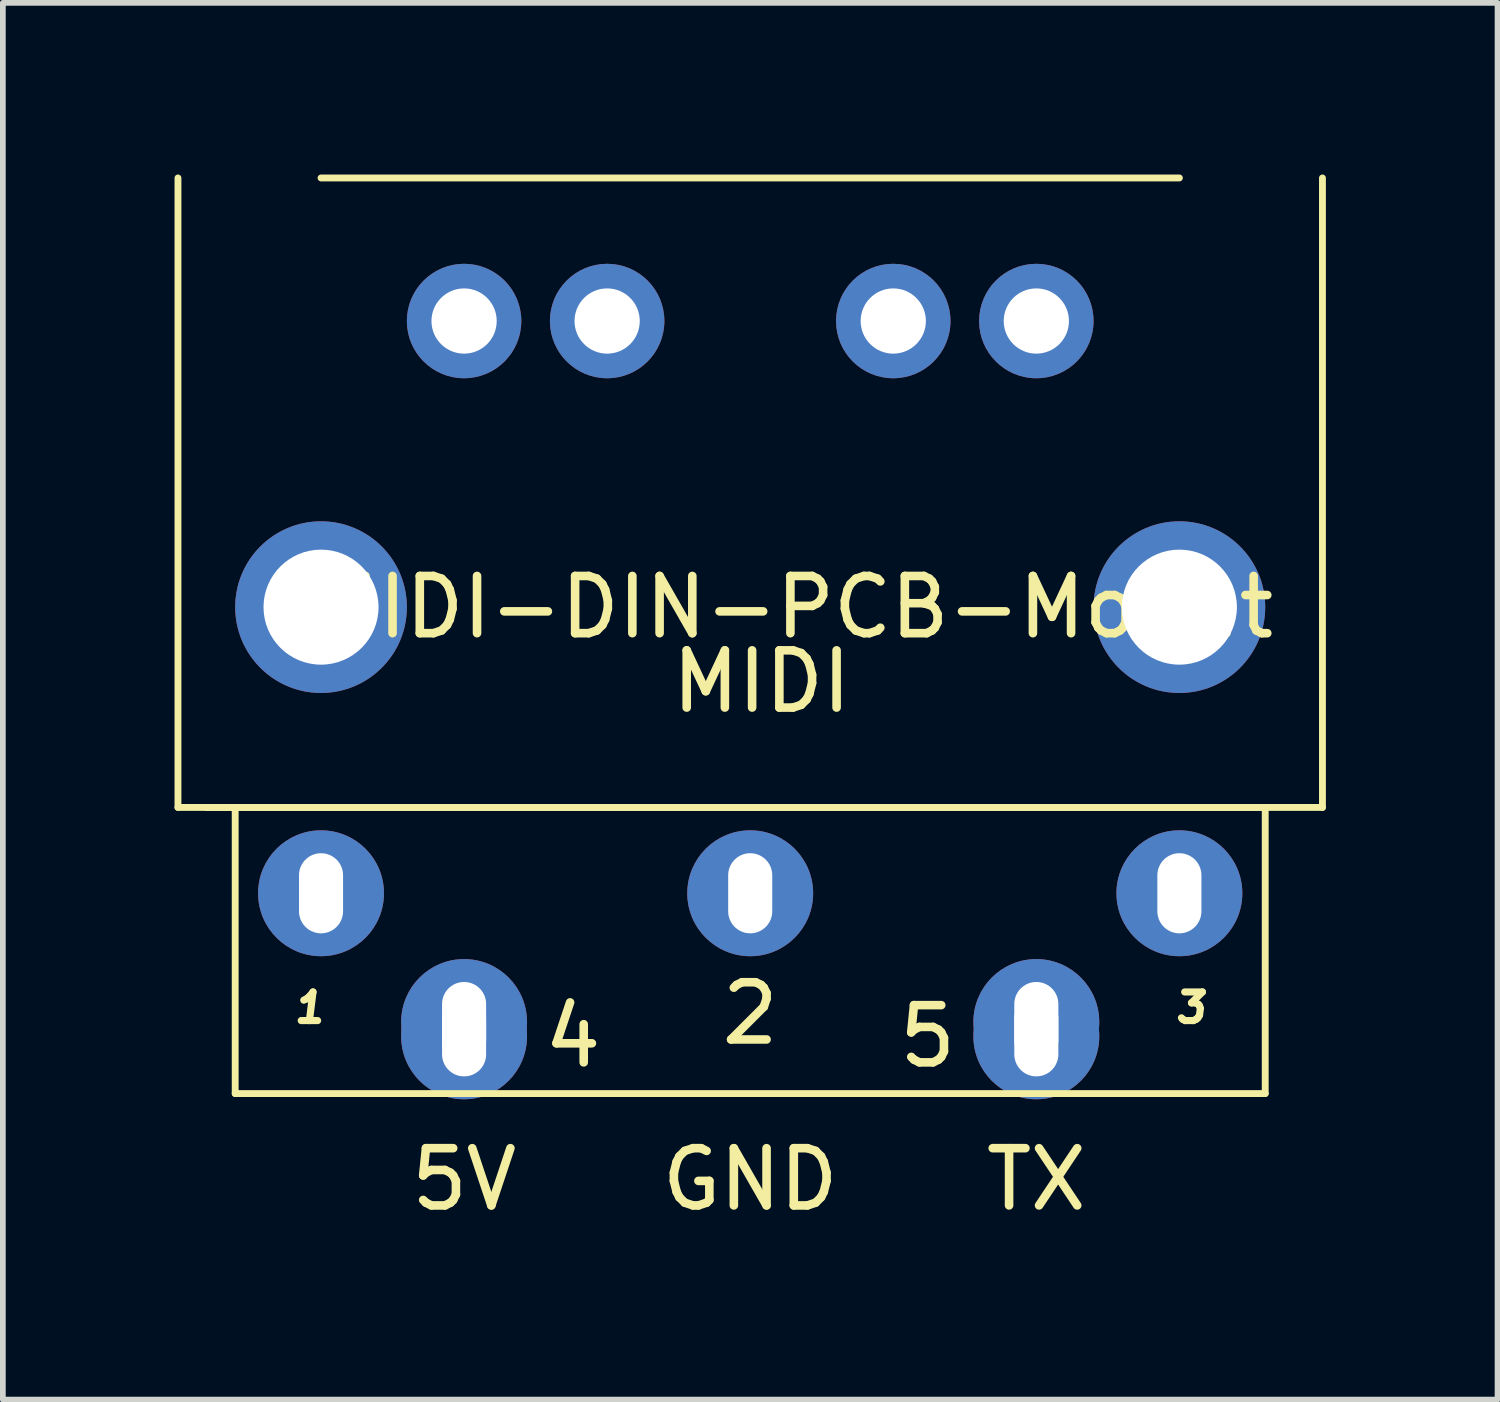
<source format=kicad_pcb>
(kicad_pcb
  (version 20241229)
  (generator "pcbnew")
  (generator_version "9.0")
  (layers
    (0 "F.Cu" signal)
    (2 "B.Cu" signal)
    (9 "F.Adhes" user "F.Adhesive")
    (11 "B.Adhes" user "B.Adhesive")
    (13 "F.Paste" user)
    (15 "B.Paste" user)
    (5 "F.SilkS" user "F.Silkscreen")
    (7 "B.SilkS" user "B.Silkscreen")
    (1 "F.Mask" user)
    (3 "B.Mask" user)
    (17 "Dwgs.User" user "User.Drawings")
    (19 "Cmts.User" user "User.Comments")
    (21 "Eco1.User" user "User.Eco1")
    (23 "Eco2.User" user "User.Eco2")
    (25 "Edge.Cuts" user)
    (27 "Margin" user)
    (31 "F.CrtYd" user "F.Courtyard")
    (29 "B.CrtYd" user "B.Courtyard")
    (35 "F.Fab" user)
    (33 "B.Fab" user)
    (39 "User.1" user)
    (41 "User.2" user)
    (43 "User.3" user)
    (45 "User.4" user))
  (footprint "MIDI-DIN-PCB-Mount"
    (layer "F.Cu")
    (at 10.06 7.56)
    (property "Reference" "MIDI-DIN-PCB-Mount" (at 0.75 0 180) (layer "F.SilkS") (effects (font (size 1 1) (thickness 0.15))))
    (attr through_hole)
    (fp_line (start -10 -7.5) (end -10 3.5) (stroke (width 0.12) (type solid)) (layer "F.SilkS"))
    (fp_line (start -10 3.5) (end 10 3.5) (stroke (width 0.12) (type solid)) (layer "F.SilkS"))
    (fp_line (start -9.5 3.5) (end -9 3.5) (stroke (width 0.12) (type solid)) (layer "F.SilkS"))
    (fp_line (start -9 3.5) (end -9 8.5) (stroke (width 0.12) (type solid)) (layer "F.SilkS"))
    (fp_line (start -9 8.5) (end 9 8.5) (stroke (width 0.12) (type solid)) (layer "F.SilkS"))
    (fp_line (start 7.5 -7.5) (end -7.5 -7.5) (stroke (width 0.12) (type solid)) (layer "F.SilkS"))
    (fp_line (start 9 3.5) (end -9.5 3.5) (stroke (width 0.12) (type solid)) (layer "F.SilkS"))
    (fp_line (start 9 8.5) (end 9 3.5) (stroke (width 0.12) (type solid)) (layer "F.SilkS"))
    (fp_line (start 10 3.5) (end 10 -7.5) (stroke (width 0.12) (type solid)) (layer "F.SilkS"))
    (fp_text user "3" (at 7.7 7 0) (layer "F.SilkS") (effects (font (size 0.5 0.5) (thickness 0.125) (italic yes))))
    (fp_text user "2" (at 0 7.1 0) (layer "F.SilkS") (effects (font (size 1 1) (thickness 0.15))))
    (fp_text user "5" (at 3.1 7.5 0) (layer "F.SilkS") (effects (font (size 1 1) (thickness 0.15))))
    (fp_text user "1" (at -7.7 7 0) (layer "F.SilkS") (effects (font (size 0.5 0.5) (thickness 0.125) (italic yes))))
    (fp_text user "MIDI" (at 0.2 1.3 0) (layer "F.SilkS") (effects (font (size 1 1) (thickness 0.15))))
    (fp_text user "4" (at -3.1 7.5 0) (layer "F.SilkS") (effects (font (size 1 1) (thickness 0.15))))
    (fp_text user "GND" (at 0 10 0) (layer "F.SilkS") (effects (font (size 1 1) (thickness 0.15))))
    (fp_text user "5V" (at -5 10 0) (layer "F.SilkS") (effects (font (size 1 1) (thickness 0.15))))
    (fp_text user "TX" (at 5 10 0) (layer "F.SilkS") (effects (font (size 1 1) (thickness 0.15))))
    (pad "1" thru_hole circle (at -7.5 5 180) (size 2.2 2.2) (drill oval 0.77 1.4) (layers "*.Cu" "*.Mask"))
    (pad "2" thru_hole circle (at 0 5 180) (size 2.2 2.2) (drill oval 0.77 1.4) (layers "*.Cu" "*.Mask"))
    (pad "3" thru_hole circle (at 7.5 5 180) (size 2.2 2.2) (drill oval 0.77 1.4) (layers "*.Cu" "*.Mask"))
    (pad "4" thru_hole circle (at -5 7.25 180) (size 2.2 2.2) (drill oval 0.77 1.4) (layers "*.Cu" "*.Mask"))
    (pad "4" thru_hole circle (at -5 7.5 180) (size 2.2 2.2) (drill oval 0.77 1.4) (layers "*.Cu" "*.Mask"))
    (pad "5" thru_hole circle (at 5 7.25 180) (size 2.2 2.2) (drill oval 0.77 1.4) (layers "*.Cu" "*.Mask"))
    (pad "5" thru_hole circle (at 5 7.5 180) (size 2.2 2.2) (drill oval 0.77 1.4) (layers "*.Cu" "*.Mask"))
    (pad "6" thru_hole circle (at -7.5 0 180) (size 3 3) (drill 2.01) (layers "*.Cu" "*.Mask"))
    (pad "6" thru_hole circle (at -5 -5 180) (size 2 2) (drill 1.14) (layers "*.Cu" "*.Mask"))
    (pad "6" thru_hole circle (at -2.5 -5 180) (size 2 2) (drill 1.14) (layers "*.Cu" "*.Mask"))
    (pad "6" thru_hole circle (at 2.5 -5 180) (size 2 2) (drill 1.14) (layers "*.Cu" "*.Mask"))
    (pad "6" thru_hole circle (at 5 -5 180) (size 2 2) (drill 1.14) (layers "*.Cu" "*.Mask"))
    (pad "6" thru_hole circle (at 7.5 0 180) (size 3 3) (drill 2.01) (layers "*.Cu" "*.Mask")))
  (gr_rect
    (start -3 -3)
    (end 23.12 21.408)
    (stroke (width 0.1) (type default))
    (fill no)
    (layer "Edge.Cuts")))
</source>
